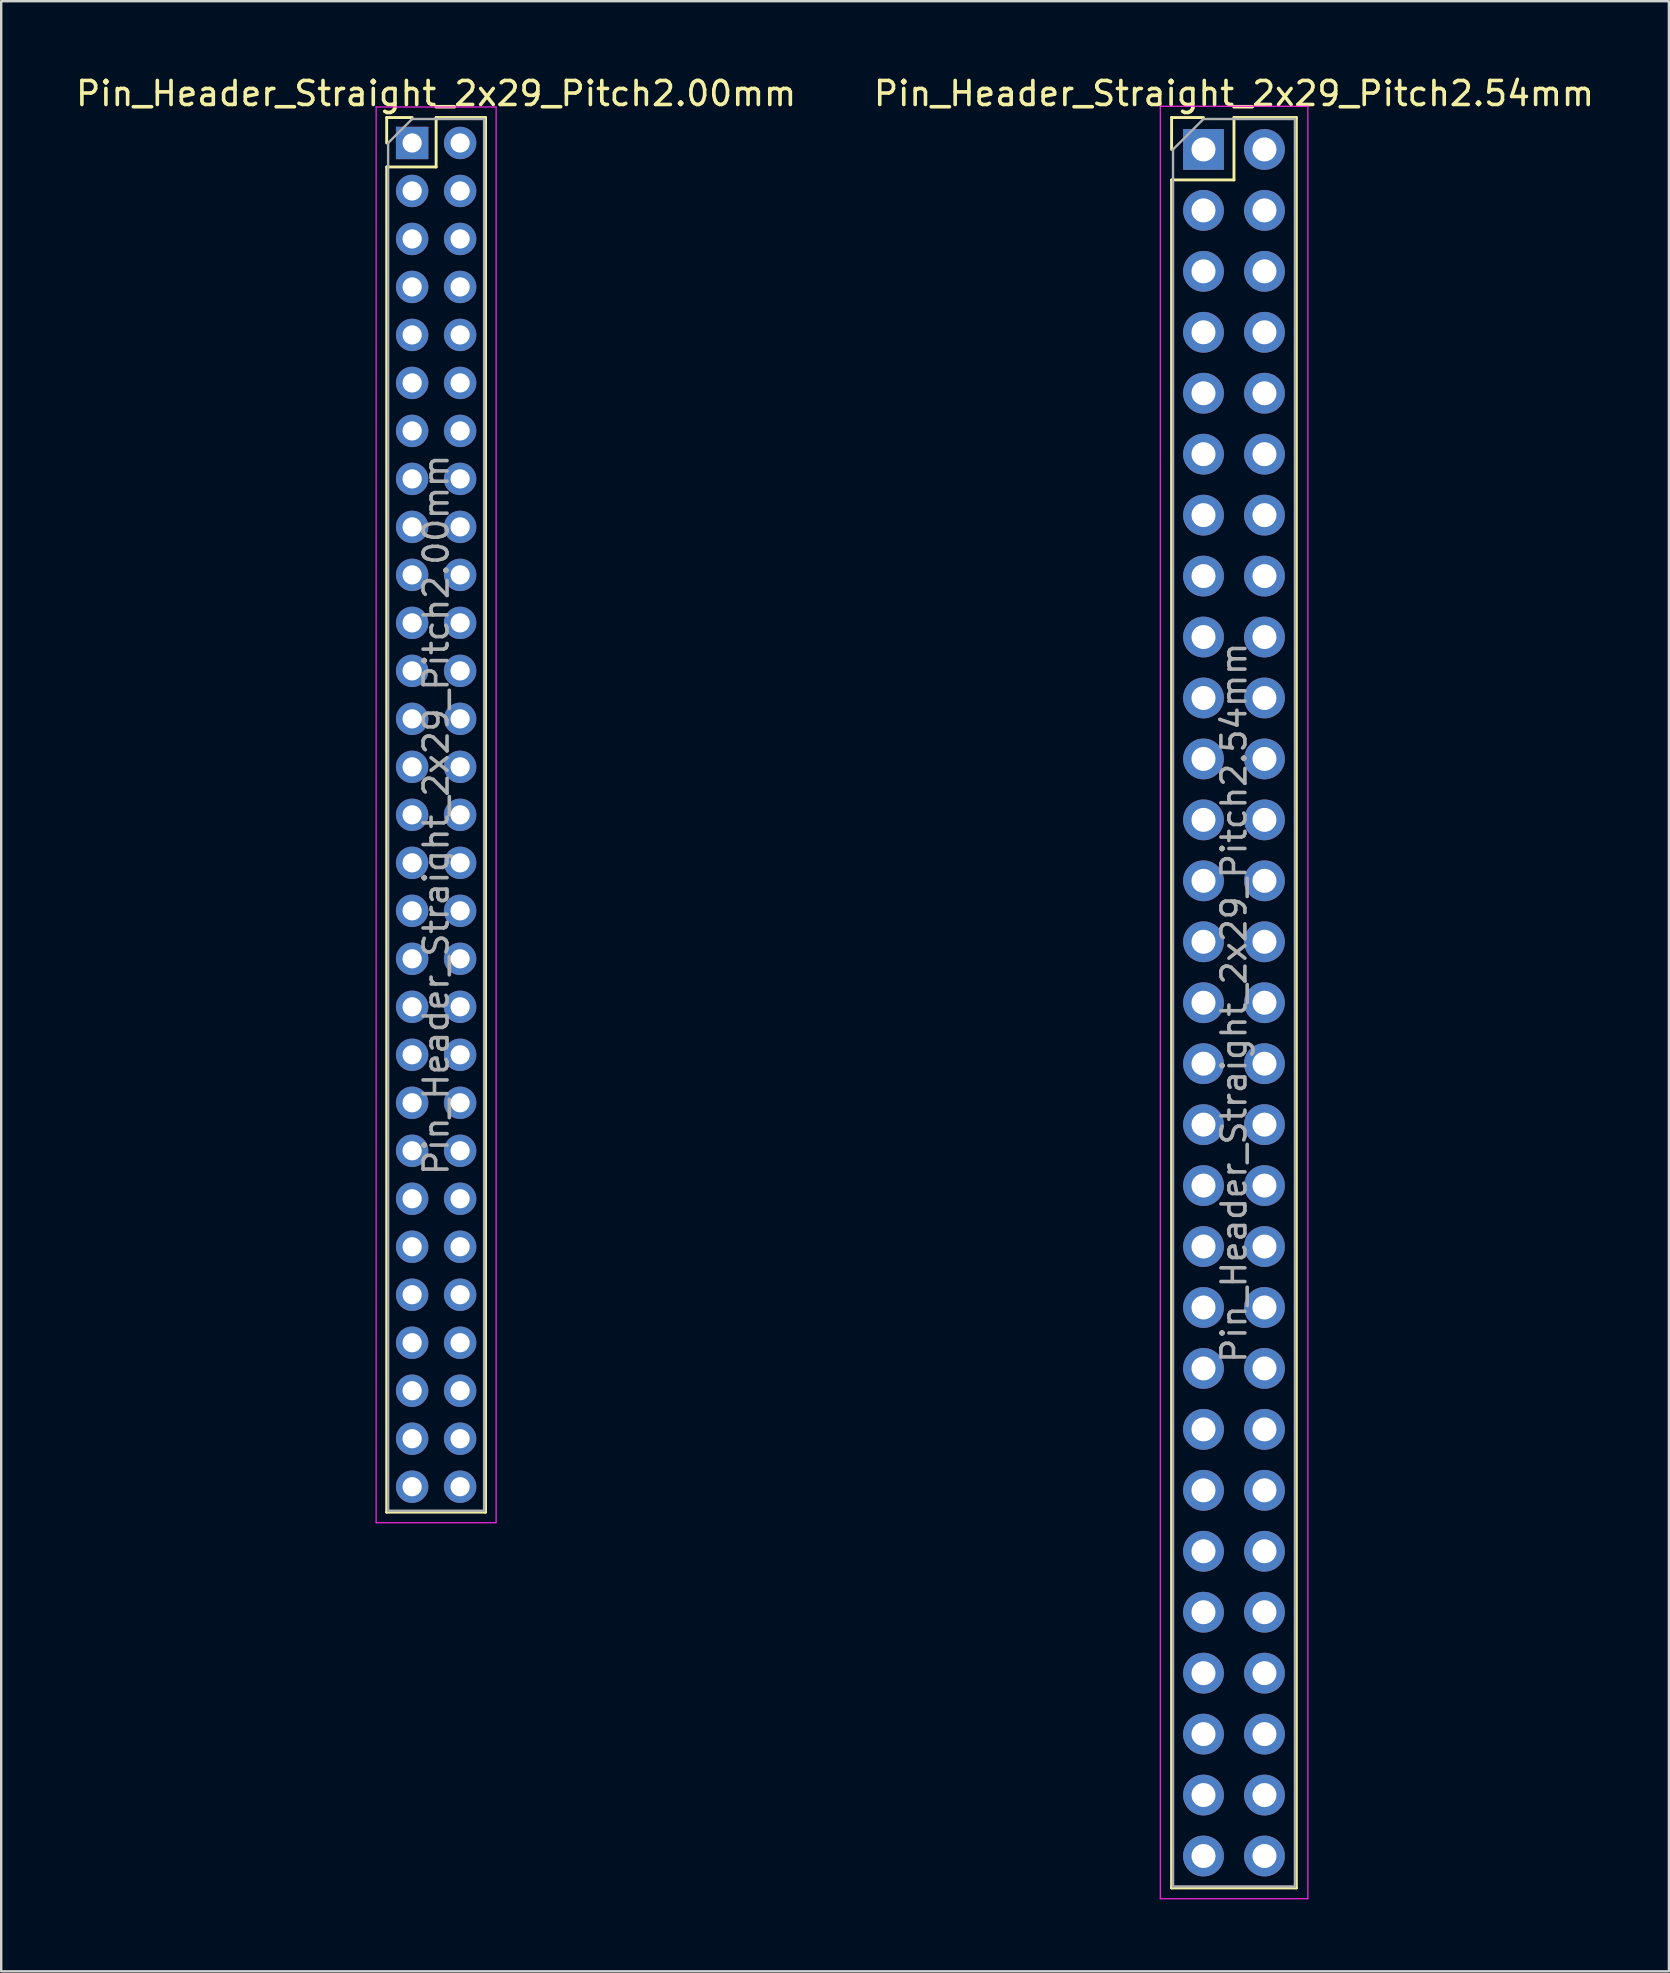
<source format=kicad_pcb>
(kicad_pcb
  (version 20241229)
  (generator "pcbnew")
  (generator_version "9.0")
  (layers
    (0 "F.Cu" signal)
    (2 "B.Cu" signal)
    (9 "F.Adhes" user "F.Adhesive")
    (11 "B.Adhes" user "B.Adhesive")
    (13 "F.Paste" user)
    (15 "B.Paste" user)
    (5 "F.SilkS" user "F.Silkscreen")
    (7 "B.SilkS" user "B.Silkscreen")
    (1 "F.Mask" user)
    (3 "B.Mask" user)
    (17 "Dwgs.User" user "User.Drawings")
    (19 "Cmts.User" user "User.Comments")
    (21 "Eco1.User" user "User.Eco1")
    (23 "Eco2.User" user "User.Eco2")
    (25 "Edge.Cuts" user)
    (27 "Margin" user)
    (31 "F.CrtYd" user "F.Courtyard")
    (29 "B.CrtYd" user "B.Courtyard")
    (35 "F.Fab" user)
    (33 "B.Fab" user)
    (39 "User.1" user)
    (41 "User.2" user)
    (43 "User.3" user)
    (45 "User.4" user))
  (footprint "Pin_Header_Straight_2x29_Pitch2.00mm"
    (layer "F.Cu")
    (at 14.125 2.908)
    (property "Reference" "Pin_Header_Straight_2x29_Pitch2.00mm" (at 1 -2.06 0) (layer "F.SilkS") (effects (font (size 1 1) (thickness 0.15))))
    (attr through_hole)
    (fp_line (start -1.06 -1.06) (end 0 -1.06) (stroke (width 0.12) (type solid)) (layer "F.SilkS"))
    (fp_line (start -1.06 0) (end -1.06 -1.06) (stroke (width 0.12) (type solid)) (layer "F.SilkS"))
    (fp_line (start -1.06 1) (end -1.06 57.06) (stroke (width 0.12) (type solid)) (layer "F.SilkS"))
    (fp_line (start -1.06 1) (end 1 1) (stroke (width 0.12) (type solid)) (layer "F.SilkS"))
    (fp_line (start -1.06 57.06) (end 3.06 57.06) (stroke (width 0.12) (type solid)) (layer "F.SilkS"))
    (fp_line (start 1 -1.06) (end 3.06 -1.06) (stroke (width 0.12) (type solid)) (layer "F.SilkS"))
    (fp_line (start 1 1) (end 1 -1.06) (stroke (width 0.12) (type solid)) (layer "F.SilkS"))
    (fp_line (start 3.06 -1.06) (end 3.06 57.06) (stroke (width 0.12) (type solid)) (layer "F.SilkS"))
    (fp_line (start -1.5 -1.5) (end -1.5 57.5) (stroke (width 0.05) (type solid)) (layer "F.CrtYd"))
    (fp_line (start -1.5 57.5) (end 3.5 57.5) (stroke (width 0.05) (type solid)) (layer "F.CrtYd"))
    (fp_line (start 3.5 -1.5) (end -1.5 -1.5) (stroke (width 0.05) (type solid)) (layer "F.CrtYd"))
    (fp_line (start 3.5 57.5) (end 3.5 -1.5) (stroke (width 0.05) (type solid)) (layer "F.CrtYd"))
    (fp_line (start -1 0) (end 0 -1) (stroke (width 0.1) (type solid)) (layer "F.Fab"))
    (fp_line (start -1 57) (end -1 0) (stroke (width 0.1) (type solid)) (layer "F.Fab"))
    (fp_line (start 0 -1) (end 3 -1) (stroke (width 0.1) (type solid)) (layer "F.Fab"))
    (fp_line (start 3 -1) (end 3 57) (stroke (width 0.1) (type solid)) (layer "F.Fab"))
    (fp_line (start 3 57) (end -1 57) (stroke (width 0.1) (type solid)) (layer "F.Fab"))
    (fp_text user "${REFERENCE}" (at 1 28 90) (layer "F.Fab") (effects (font (size 1 1) (thickness 0.15))))
    (pad "1" thru_hole rect (at 0 0) (size 1.35 1.35) (drill 0.8) (layers "*.Cu" "*.Mask"))
    (pad "2" thru_hole oval (at 2 0) (size 1.35 1.35) (drill 0.8) (layers "*.Cu" "*.Mask"))
    (pad "3" thru_hole oval (at 0 2) (size 1.35 1.35) (drill 0.8) (layers "*.Cu" "*.Mask"))
    (pad "4" thru_hole oval (at 2 2) (size 1.35 1.35) (drill 0.8) (layers "*.Cu" "*.Mask"))
    (pad "5" thru_hole oval (at 0 4) (size 1.35 1.35) (drill 0.8) (layers "*.Cu" "*.Mask"))
    (pad "6" thru_hole oval (at 2 4) (size 1.35 1.35) (drill 0.8) (layers "*.Cu" "*.Mask"))
    (pad "7" thru_hole oval (at 0 6) (size 1.35 1.35) (drill 0.8) (layers "*.Cu" "*.Mask"))
    (pad "8" thru_hole oval (at 2 6) (size 1.35 1.35) (drill 0.8) (layers "*.Cu" "*.Mask"))
    (pad "9" thru_hole oval (at 0 8) (size 1.35 1.35) (drill 0.8) (layers "*.Cu" "*.Mask"))
    (pad "10" thru_hole oval (at 2 8) (size 1.35 1.35) (drill 0.8) (layers "*.Cu" "*.Mask"))
    (pad "11" thru_hole oval (at 0 10) (size 1.35 1.35) (drill 0.8) (layers "*.Cu" "*.Mask"))
    (pad "12" thru_hole oval (at 2 10) (size 1.35 1.35) (drill 0.8) (layers "*.Cu" "*.Mask"))
    (pad "13" thru_hole oval (at 0 12) (size 1.35 1.35) (drill 0.8) (layers "*.Cu" "*.Mask"))
    (pad "14" thru_hole oval (at 2 12) (size 1.35 1.35) (drill 0.8) (layers "*.Cu" "*.Mask"))
    (pad "15" thru_hole oval (at 0 14) (size 1.35 1.35) (drill 0.8) (layers "*.Cu" "*.Mask"))
    (pad "16" thru_hole oval (at 2 14) (size 1.35 1.35) (drill 0.8) (layers "*.Cu" "*.Mask"))
    (pad "17" thru_hole oval (at 0 16) (size 1.35 1.35) (drill 0.8) (layers "*.Cu" "*.Mask"))
    (pad "18" thru_hole oval (at 2 16) (size 1.35 1.35) (drill 0.8) (layers "*.Cu" "*.Mask"))
    (pad "19" thru_hole oval (at 0 18) (size 1.35 1.35) (drill 0.8) (layers "*.Cu" "*.Mask"))
    (pad "20" thru_hole oval (at 2 18) (size 1.35 1.35) (drill 0.8) (layers "*.Cu" "*.Mask"))
    (pad "21" thru_hole oval (at 0 20) (size 1.35 1.35) (drill 0.8) (layers "*.Cu" "*.Mask"))
    (pad "22" thru_hole oval (at 2 20) (size 1.35 1.35) (drill 0.8) (layers "*.Cu" "*.Mask"))
    (pad "23" thru_hole oval (at 0 22) (size 1.35 1.35) (drill 0.8) (layers "*.Cu" "*.Mask"))
    (pad "24" thru_hole oval (at 2 22) (size 1.35 1.35) (drill 0.8) (layers "*.Cu" "*.Mask"))
    (pad "25" thru_hole oval (at 0 24) (size 1.35 1.35) (drill 0.8) (layers "*.Cu" "*.Mask"))
    (pad "26" thru_hole oval (at 2 24) (size 1.35 1.35) (drill 0.8) (layers "*.Cu" "*.Mask"))
    (pad "27" thru_hole oval (at 0 26) (size 1.35 1.35) (drill 0.8) (layers "*.Cu" "*.Mask"))
    (pad "28" thru_hole oval (at 2 26) (size 1.35 1.35) (drill 0.8) (layers "*.Cu" "*.Mask"))
    (pad "29" thru_hole oval (at 0 28) (size 1.35 1.35) (drill 0.8) (layers "*.Cu" "*.Mask"))
    (pad "30" thru_hole oval (at 2 28) (size 1.35 1.35) (drill 0.8) (layers "*.Cu" "*.Mask"))
    (pad "31" thru_hole oval (at 0 30) (size 1.35 1.35) (drill 0.8) (layers "*.Cu" "*.Mask"))
    (pad "32" thru_hole oval (at 2 30) (size 1.35 1.35) (drill 0.8) (layers "*.Cu" "*.Mask"))
    (pad "33" thru_hole oval (at 0 32) (size 1.35 1.35) (drill 0.8) (layers "*.Cu" "*.Mask"))
    (pad "34" thru_hole oval (at 2 32) (size 1.35 1.35) (drill 0.8) (layers "*.Cu" "*.Mask"))
    (pad "35" thru_hole oval (at 0 34) (size 1.35 1.35) (drill 0.8) (layers "*.Cu" "*.Mask"))
    (pad "36" thru_hole oval (at 2 34) (size 1.35 1.35) (drill 0.8) (layers "*.Cu" "*.Mask"))
    (pad "37" thru_hole oval (at 0 36) (size 1.35 1.35) (drill 0.8) (layers "*.Cu" "*.Mask"))
    (pad "38" thru_hole oval (at 2 36) (size 1.35 1.35) (drill 0.8) (layers "*.Cu" "*.Mask"))
    (pad "39" thru_hole oval (at 0 38) (size 1.35 1.35) (drill 0.8) (layers "*.Cu" "*.Mask"))
    (pad "40" thru_hole oval (at 2 38) (size 1.35 1.35) (drill 0.8) (layers "*.Cu" "*.Mask"))
    (pad "41" thru_hole oval (at 0 40) (size 1.35 1.35) (drill 0.8) (layers "*.Cu" "*.Mask"))
    (pad "42" thru_hole oval (at 2 40) (size 1.35 1.35) (drill 0.8) (layers "*.Cu" "*.Mask"))
    (pad "43" thru_hole oval (at 0 42) (size 1.35 1.35) (drill 0.8) (layers "*.Cu" "*.Mask"))
    (pad "44" thru_hole oval (at 2 42) (size 1.35 1.35) (drill 0.8) (layers "*.Cu" "*.Mask"))
    (pad "45" thru_hole oval (at 0 44) (size 1.35 1.35) (drill 0.8) (layers "*.Cu" "*.Mask"))
    (pad "46" thru_hole oval (at 2 44) (size 1.35 1.35) (drill 0.8) (layers "*.Cu" "*.Mask"))
    (pad "47" thru_hole oval (at 0 46) (size 1.35 1.35) (drill 0.8) (layers "*.Cu" "*.Mask"))
    (pad "48" thru_hole oval (at 2 46) (size 1.35 1.35) (drill 0.8) (layers "*.Cu" "*.Mask"))
    (pad "49" thru_hole oval (at 0 48) (size 1.35 1.35) (drill 0.8) (layers "*.Cu" "*.Mask"))
    (pad "50" thru_hole oval (at 2 48) (size 1.35 1.35) (drill 0.8) (layers "*.Cu" "*.Mask"))
    (pad "51" thru_hole oval (at 0 50) (size 1.35 1.35) (drill 0.8) (layers "*.Cu" "*.Mask"))
    (pad "52" thru_hole oval (at 2 50) (size 1.35 1.35) (drill 0.8) (layers "*.Cu" "*.Mask"))
    (pad "53" thru_hole oval (at 0 52) (size 1.35 1.35) (drill 0.8) (layers "*.Cu" "*.Mask"))
    (pad "54" thru_hole oval (at 2 52) (size 1.35 1.35) (drill 0.8) (layers "*.Cu" "*.Mask"))
    (pad "55" thru_hole oval (at 0 54) (size 1.35 1.35) (drill 0.8) (layers "*.Cu" "*.Mask"))
    (pad "56" thru_hole oval (at 2 54) (size 1.35 1.35) (drill 0.8) (layers "*.Cu" "*.Mask"))
    (pad "57" thru_hole oval (at 0 56) (size 1.35 1.35) (drill 0.8) (layers "*.Cu" "*.Mask"))
    (pad "58" thru_hole oval (at 2 56) (size 1.35 1.35) (drill 0.8) (layers "*.Cu" "*.Mask")))
  (footprint "Pin_Header_Straight_2x29_Pitch2.54mm"
    (layer "F.Cu")
    (at 47.105 3.178)
    (property "Reference" "Pin_Header_Straight_2x29_Pitch2.54mm" (at 1.27 -2.33 0) (layer "F.SilkS") (effects (font (size 1 1) (thickness 0.15))))
    (attr through_hole)
    (fp_line (start -1.33 -1.33) (end 0 -1.33) (stroke (width 0.12) (type solid)) (layer "F.SilkS"))
    (fp_line (start -1.33 0) (end -1.33 -1.33) (stroke (width 0.12) (type solid)) (layer "F.SilkS"))
    (fp_line (start -1.33 1.27) (end -1.33 72.45) (stroke (width 0.12) (type solid)) (layer "F.SilkS"))
    (fp_line (start -1.33 1.27) (end 1.27 1.27) (stroke (width 0.12) (type solid)) (layer "F.SilkS"))
    (fp_line (start -1.33 72.45) (end 3.87 72.45) (stroke (width 0.12) (type solid)) (layer "F.SilkS"))
    (fp_line (start 1.27 -1.33) (end 3.87 -1.33) (stroke (width 0.12) (type solid)) (layer "F.SilkS"))
    (fp_line (start 1.27 1.27) (end 1.27 -1.33) (stroke (width 0.12) (type solid)) (layer "F.SilkS"))
    (fp_line (start 3.87 -1.33) (end 3.87 72.45) (stroke (width 0.12) (type solid)) (layer "F.SilkS"))
    (fp_line (start -1.8 -1.8) (end -1.8 72.9) (stroke (width 0.05) (type solid)) (layer "F.CrtYd"))
    (fp_line (start -1.8 72.9) (end 4.35 72.9) (stroke (width 0.05) (type solid)) (layer "F.CrtYd"))
    (fp_line (start 4.35 -1.8) (end -1.8 -1.8) (stroke (width 0.05) (type solid)) (layer "F.CrtYd"))
    (fp_line (start 4.35 72.9) (end 4.35 -1.8) (stroke (width 0.05) (type solid)) (layer "F.CrtYd"))
    (fp_line (start -1.27 0) (end 0 -1.27) (stroke (width 0.1) (type solid)) (layer "F.Fab"))
    (fp_line (start -1.27 72.39) (end -1.27 0) (stroke (width 0.1) (type solid)) (layer "F.Fab"))
    (fp_line (start 0 -1.27) (end 3.81 -1.27) (stroke (width 0.1) (type solid)) (layer "F.Fab"))
    (fp_line (start 3.81 -1.27) (end 3.81 72.39) (stroke (width 0.1) (type solid)) (layer "F.Fab"))
    (fp_line (start 3.81 72.39) (end -1.27 72.39) (stroke (width 0.1) (type solid)) (layer "F.Fab"))
    (fp_text user "${REFERENCE}" (at 1.27 35.56 90) (layer "F.Fab") (effects (font (size 1 1) (thickness 0.15))))
    (pad "1" thru_hole rect (at 0 0) (size 1.7 1.7) (drill 1) (layers "*.Cu" "*.Mask"))
    (pad "2" thru_hole oval (at 2.54 0) (size 1.7 1.7) (drill 1) (layers "*.Cu" "*.Mask"))
    (pad "3" thru_hole oval (at 0 2.54) (size 1.7 1.7) (drill 1) (layers "*.Cu" "*.Mask"))
    (pad "4" thru_hole oval (at 2.54 2.54) (size 1.7 1.7) (drill 1) (layers "*.Cu" "*.Mask"))
    (pad "5" thru_hole oval (at 0 5.08) (size 1.7 1.7) (drill 1) (layers "*.Cu" "*.Mask"))
    (pad "6" thru_hole oval (at 2.54 5.08) (size 1.7 1.7) (drill 1) (layers "*.Cu" "*.Mask"))
    (pad "7" thru_hole oval (at 0 7.62) (size 1.7 1.7) (drill 1) (layers "*.Cu" "*.Mask"))
    (pad "8" thru_hole oval (at 2.54 7.62) (size 1.7 1.7) (drill 1) (layers "*.Cu" "*.Mask"))
    (pad "9" thru_hole oval (at 0 10.16) (size 1.7 1.7) (drill 1) (layers "*.Cu" "*.Mask"))
    (pad "10" thru_hole oval (at 2.54 10.16) (size 1.7 1.7) (drill 1) (layers "*.Cu" "*.Mask"))
    (pad "11" thru_hole oval (at 0 12.7) (size 1.7 1.7) (drill 1) (layers "*.Cu" "*.Mask"))
    (pad "12" thru_hole oval (at 2.54 12.7) (size 1.7 1.7) (drill 1) (layers "*.Cu" "*.Mask"))
    (pad "13" thru_hole oval (at 0 15.24) (size 1.7 1.7) (drill 1) (layers "*.Cu" "*.Mask"))
    (pad "14" thru_hole oval (at 2.54 15.24) (size 1.7 1.7) (drill 1) (layers "*.Cu" "*.Mask"))
    (pad "15" thru_hole oval (at 0 17.78) (size 1.7 1.7) (drill 1) (layers "*.Cu" "*.Mask"))
    (pad "16" thru_hole oval (at 2.54 17.78) (size 1.7 1.7) (drill 1) (layers "*.Cu" "*.Mask"))
    (pad "17" thru_hole oval (at 0 20.32) (size 1.7 1.7) (drill 1) (layers "*.Cu" "*.Mask"))
    (pad "18" thru_hole oval (at 2.54 20.32) (size 1.7 1.7) (drill 1) (layers "*.Cu" "*.Mask"))
    (pad "19" thru_hole oval (at 0 22.86) (size 1.7 1.7) (drill 1) (layers "*.Cu" "*.Mask"))
    (pad "20" thru_hole oval (at 2.54 22.86) (size 1.7 1.7) (drill 1) (layers "*.Cu" "*.Mask"))
    (pad "21" thru_hole oval (at 0 25.4) (size 1.7 1.7) (drill 1) (layers "*.Cu" "*.Mask"))
    (pad "22" thru_hole oval (at 2.54 25.4) (size 1.7 1.7) (drill 1) (layers "*.Cu" "*.Mask"))
    (pad "23" thru_hole oval (at 0 27.94) (size 1.7 1.7) (drill 1) (layers "*.Cu" "*.Mask"))
    (pad "24" thru_hole oval (at 2.54 27.94) (size 1.7 1.7) (drill 1) (layers "*.Cu" "*.Mask"))
    (pad "25" thru_hole oval (at 0 30.48) (size 1.7 1.7) (drill 1) (layers "*.Cu" "*.Mask"))
    (pad "26" thru_hole oval (at 2.54 30.48) (size 1.7 1.7) (drill 1) (layers "*.Cu" "*.Mask"))
    (pad "27" thru_hole oval (at 0 33.02) (size 1.7 1.7) (drill 1) (layers "*.Cu" "*.Mask"))
    (pad "28" thru_hole oval (at 2.54 33.02) (size 1.7 1.7) (drill 1) (layers "*.Cu" "*.Mask"))
    (pad "29" thru_hole oval (at 0 35.56) (size 1.7 1.7) (drill 1) (layers "*.Cu" "*.Mask"))
    (pad "30" thru_hole oval (at 2.54 35.56) (size 1.7 1.7) (drill 1) (layers "*.Cu" "*.Mask"))
    (pad "31" thru_hole oval (at 0 38.1) (size 1.7 1.7) (drill 1) (layers "*.Cu" "*.Mask"))
    (pad "32" thru_hole oval (at 2.54 38.1) (size 1.7 1.7) (drill 1) (layers "*.Cu" "*.Mask"))
    (pad "33" thru_hole oval (at 0 40.64) (size 1.7 1.7) (drill 1) (layers "*.Cu" "*.Mask"))
    (pad "34" thru_hole oval (at 2.54 40.64) (size 1.7 1.7) (drill 1) (layers "*.Cu" "*.Mask"))
    (pad "35" thru_hole oval (at 0 43.18) (size 1.7 1.7) (drill 1) (layers "*.Cu" "*.Mask"))
    (pad "36" thru_hole oval (at 2.54 43.18) (size 1.7 1.7) (drill 1) (layers "*.Cu" "*.Mask"))
    (pad "37" thru_hole oval (at 0 45.72) (size 1.7 1.7) (drill 1) (layers "*.Cu" "*.Mask"))
    (pad "38" thru_hole oval (at 2.54 45.72) (size 1.7 1.7) (drill 1) (layers "*.Cu" "*.Mask"))
    (pad "39" thru_hole oval (at 0 48.26) (size 1.7 1.7) (drill 1) (layers "*.Cu" "*.Mask"))
    (pad "40" thru_hole oval (at 2.54 48.26) (size 1.7 1.7) (drill 1) (layers "*.Cu" "*.Mask"))
    (pad "41" thru_hole oval (at 0 50.8) (size 1.7 1.7) (drill 1) (layers "*.Cu" "*.Mask"))
    (pad "42" thru_hole oval (at 2.54 50.8) (size 1.7 1.7) (drill 1) (layers "*.Cu" "*.Mask"))
    (pad "43" thru_hole oval (at 0 53.34) (size 1.7 1.7) (drill 1) (layers "*.Cu" "*.Mask"))
    (pad "44" thru_hole oval (at 2.54 53.34) (size 1.7 1.7) (drill 1) (layers "*.Cu" "*.Mask"))
    (pad "45" thru_hole oval (at 0 55.88) (size 1.7 1.7) (drill 1) (layers "*.Cu" "*.Mask"))
    (pad "46" thru_hole oval (at 2.54 55.88) (size 1.7 1.7) (drill 1) (layers "*.Cu" "*.Mask"))
    (pad "47" thru_hole oval (at 0 58.42) (size 1.7 1.7) (drill 1) (layers "*.Cu" "*.Mask"))
    (pad "48" thru_hole oval (at 2.54 58.42) (size 1.7 1.7) (drill 1) (layers "*.Cu" "*.Mask"))
    (pad "49" thru_hole oval (at 0 60.96) (size 1.7 1.7) (drill 1) (layers "*.Cu" "*.Mask"))
    (pad "50" thru_hole oval (at 2.54 60.96) (size 1.7 1.7) (drill 1) (layers "*.Cu" "*.Mask"))
    (pad "51" thru_hole oval (at 0 63.5) (size 1.7 1.7) (drill 1) (layers "*.Cu" "*.Mask"))
    (pad "52" thru_hole oval (at 2.54 63.5) (size 1.7 1.7) (drill 1) (layers "*.Cu" "*.Mask"))
    (pad "53" thru_hole oval (at 0 66.04) (size 1.7 1.7) (drill 1) (layers "*.Cu" "*.Mask"))
    (pad "54" thru_hole oval (at 2.54 66.04) (size 1.7 1.7) (drill 1) (layers "*.Cu" "*.Mask"))
    (pad "55" thru_hole oval (at 0 68.58) (size 1.7 1.7) (drill 1) (layers "*.Cu" "*.Mask"))
    (pad "56" thru_hole oval (at 2.54 68.58) (size 1.7 1.7) (drill 1) (layers "*.Cu" "*.Mask"))
    (pad "57" thru_hole oval (at 0 71.12) (size 1.7 1.7) (drill 1) (layers "*.Cu" "*.Mask"))
    (pad "58" thru_hole oval (at 2.54 71.12) (size 1.7 1.7) (drill 1) (layers "*.Cu" "*.Mask")))
  (gr_rect
    (start -3 -3)
    (end 66.5 79.103)
    (stroke (width 0.1) (type default))
    (fill no)
    (layer "Edge.Cuts")))
</source>
